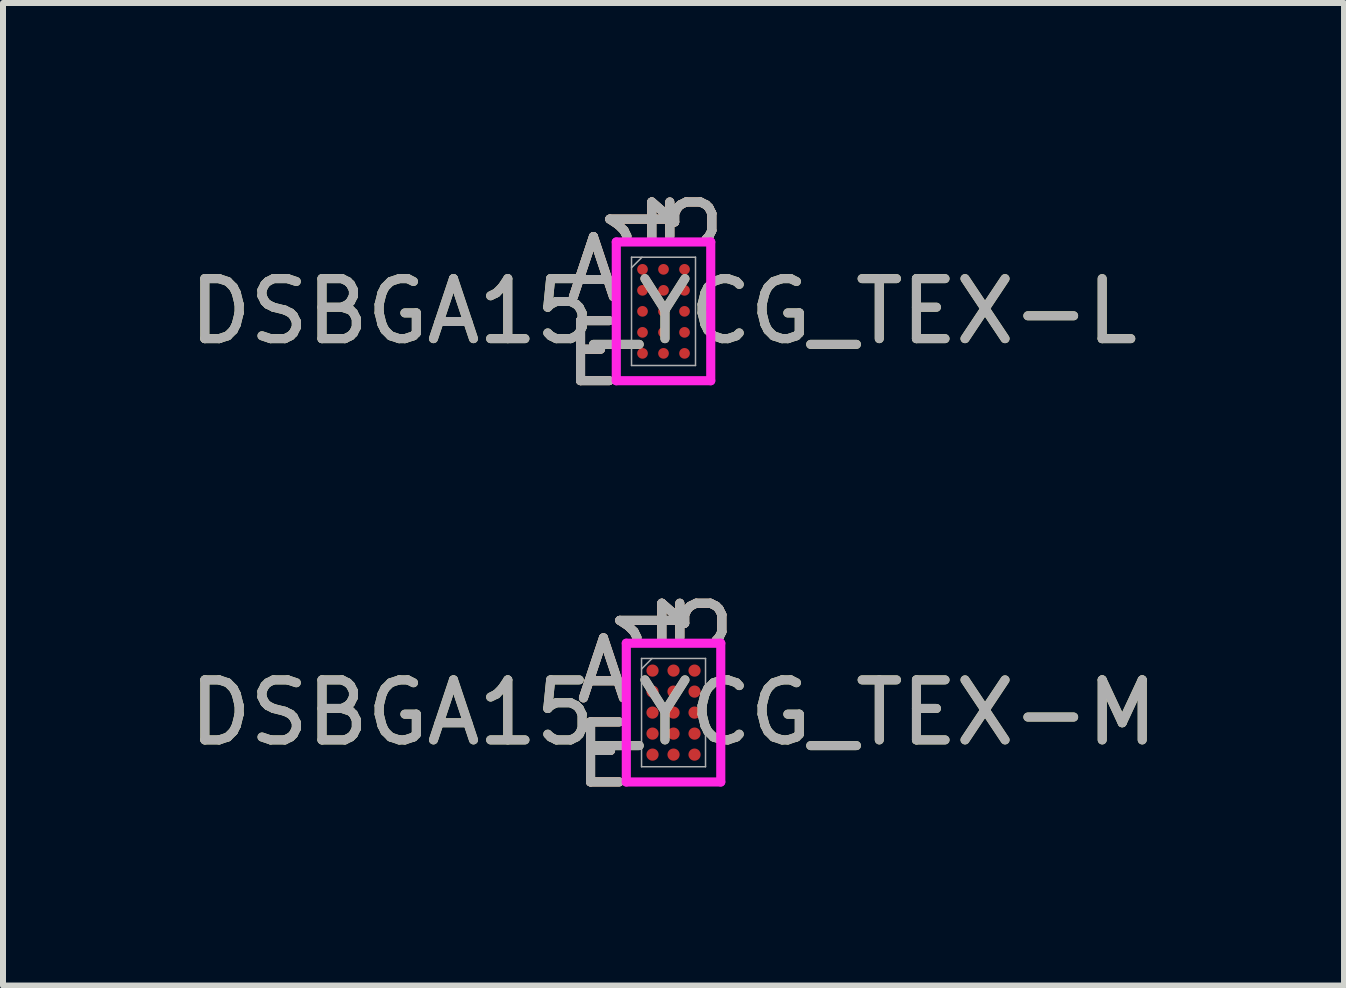
<source format=kicad_pcb>
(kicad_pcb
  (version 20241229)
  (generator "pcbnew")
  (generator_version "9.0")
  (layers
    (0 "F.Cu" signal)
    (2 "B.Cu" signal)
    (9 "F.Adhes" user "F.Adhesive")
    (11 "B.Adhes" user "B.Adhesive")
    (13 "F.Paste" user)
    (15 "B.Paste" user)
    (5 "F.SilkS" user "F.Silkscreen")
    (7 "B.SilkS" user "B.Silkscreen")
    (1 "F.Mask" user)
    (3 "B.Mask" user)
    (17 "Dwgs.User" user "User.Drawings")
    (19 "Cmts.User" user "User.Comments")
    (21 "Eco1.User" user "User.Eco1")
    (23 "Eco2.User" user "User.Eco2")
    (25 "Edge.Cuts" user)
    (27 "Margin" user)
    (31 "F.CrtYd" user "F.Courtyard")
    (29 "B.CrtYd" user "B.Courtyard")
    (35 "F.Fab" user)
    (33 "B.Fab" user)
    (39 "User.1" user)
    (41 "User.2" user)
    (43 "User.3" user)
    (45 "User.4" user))
  (footprint "DSBGA15_YCG_TEX-M"
    (layer "F.Cu")
    (at 8.173 8.824)
    (property "Reference" "DSBGA15_YCG_TEX-M" (at 0 0 0) (unlocked yes) (layer "F.SilkS") (effects (font (size 1 1) (thickness 0.15))))
    (attr smd)
    (fp_poly (pts (xy -0.97 -1.319) (xy 0.97 -1.319) (xy 0.97 1.319) (xy -0.97 1.319)) (stroke (width 0.1) (type solid)) (fill no) (layer "Eco2.User"))
    (fp_line (start -0.787 -1.156) (end 0.787 -1.156) (stroke (width 0.152) (type solid)) (layer "F.CrtYd"))
    (fp_line (start -0.787 1.156) (end -0.787 -1.156) (stroke (width 0.152) (type solid)) (layer "F.CrtYd"))
    (fp_line (start 0.787 -1.156) (end 0.787 1.156) (stroke (width 0.152) (type solid)) (layer "F.CrtYd"))
    (fp_line (start 0.787 1.156) (end -0.787 1.156) (stroke (width 0.152) (type solid)) (layer "F.CrtYd"))
    (fp_line (start -0.533 -0.902) (end -0.533 0.902) (stroke (width 0.025) (type solid)) (layer "F.Fab"))
    (fp_line (start -0.533 0.902) (end 0.533 0.902) (stroke (width 0.025) (type solid)) (layer "F.Fab"))
    (fp_line (start -0.358 -0.902) (end -0.533 -0.727) (stroke (width 0.025) (type solid)) (layer "F.Fab"))
    (fp_line (start 0.533 -0.902) (end -0.533 -0.902) (stroke (width 0.025) (type solid)) (layer "F.Fab"))
    (fp_line (start 0.533 0.902) (end 0.533 -0.902) (stroke (width 0.025) (type solid)) (layer "F.Fab"))
    (fp_text user "1" (at -0.35 -1.537 90) (unlocked yes) (layer "F.SilkS") (effects (font (size 1 1) (thickness 0.15))))
    (fp_text user "A" (at -1.168 -0.7 0) (unlocked yes) (layer "F.SilkS") (effects (font (size 1 1) (thickness 0.15))))
    (fp_text user "E" (at -1.168 0.7 0) (unlocked yes) (layer "F.SilkS") (effects (font (size 1 1) (thickness 0.15))))
    (fp_text user "3" (at 0.35 -1.537 90) (unlocked yes) (layer "F.SilkS") (effects (font (size 1 1) (thickness 0.15))))
    (fp_text user "A" (at -1.168 -0.7 0) (unlocked yes) (layer "B.SilkS") (effects (font (size 1 1) (thickness 0.15))))
    (fp_text user "E" (at -1.168 0.7 0) (unlocked yes) (layer "B.SilkS") (effects (font (size 1 1) (thickness 0.15))))
    (fp_text user "1" (at -0.35 -1.537 90) (unlocked yes) (layer "B.SilkS") (effects (font (size 1 1) (thickness 0.15))))
    (fp_text user "3" (at 0.35 -1.537 90) (unlocked yes) (layer "B.SilkS") (effects (font (size 1 1) (thickness 0.15))))
    (fp_text user "1" (at -0.35 -1.537 90) (unlocked yes) (layer "F.Fab") (effects (font (size 1 1) (thickness 0.15))))
    (fp_text user "A" (at -1.168 -0.7 0) (unlocked yes) (layer "F.Fab") (effects (font (size 1 1) (thickness 0.15))))
    (fp_text user "3" (at 0.35 -1.537 90) (unlocked yes) (layer "F.Fab") (effects (font (size 1 1) (thickness 0.15))))
    (fp_text user "E" (at -1.168 0.7 0) (unlocked yes) (layer "F.Fab") (effects (font (size 1 1) (thickness 0.15))))
    (fp_text user "${REFERENCE}" (at 0 0 0) (unlocked yes) (layer "F.Fab") (effects (font (size 1 1) (thickness 0.15))))
    (pad "A1" smd circle (at -0.35 -0.7) (size 0.203 0.203) (layers "F.Cu" "F.Mask" "F.Paste"))
    (pad "A2" smd circle (at 0 -0.7) (size 0.203 0.203) (layers "F.Cu" "F.Mask" "F.Paste"))
    (pad "A3" smd circle (at 0.35 -0.7) (size 0.203 0.203) (layers "F.Cu" "F.Mask" "F.Paste"))
    (pad "B1" smd circle (at -0.35 -0.35) (size 0.203 0.203) (layers "F.Cu" "F.Mask" "F.Paste"))
    (pad "B2" smd circle (at 0 -0.35) (size 0.203 0.203) (layers "F.Cu" "F.Mask" "F.Paste"))
    (pad "B3" smd circle (at 0.35 -0.35) (size 0.203 0.203) (layers "F.Cu" "F.Mask" "F.Paste"))
    (pad "C1" smd circle (at -0.35 0) (size 0.203 0.203) (layers "F.Cu" "F.Mask" "F.Paste"))
    (pad "C2" smd circle (at 0 0) (size 0.203 0.203) (layers "F.Cu" "F.Mask" "F.Paste"))
    (pad "C3" smd circle (at 0.35 0) (size 0.203 0.203) (layers "F.Cu" "F.Mask" "F.Paste"))
    (pad "D1" smd circle (at -0.35 0.35) (size 0.203 0.203) (layers "F.Cu" "F.Mask" "F.Paste"))
    (pad "D2" smd circle (at 0 0.35) (size 0.203 0.203) (layers "F.Cu" "F.Mask" "F.Paste"))
    (pad "D3" smd circle (at 0.35 0.35) (size 0.203 0.203) (layers "F.Cu" "F.Mask" "F.Paste"))
    (pad "E1" smd circle (at -0.35 0.7) (size 0.203 0.203) (layers "F.Cu" "F.Mask" "F.Paste"))
    (pad "E2" smd circle (at 0 0.7) (size 0.203 0.203) (layers "F.Cu" "F.Mask" "F.Paste"))
    (pad "E3" smd circle (at 0.35 0.7) (size 0.203 0.203) (layers "F.Cu" "F.Mask" "F.Paste")))
  (footprint "DSBGA15_YCG_TEX-L"
    (layer "F.Cu")
    (at 8.006 2.138)
    (property "Reference" "DSBGA15_YCG_TEX-L" (at 0 0 0) (unlocked yes) (layer "F.SilkS") (effects (font (size 1 1) (thickness 0.15))))
    (attr smd)
    (fp_poly (pts (xy -0.97 -1.319) (xy 0.97 -1.319) (xy 0.97 1.319) (xy -0.97 1.319)) (stroke (width 0.1) (type solid)) (fill no) (layer "Eco2.User"))
    (fp_line (start -0.787 -1.156) (end 0.787 -1.156) (stroke (width 0.152) (type solid)) (layer "F.CrtYd"))
    (fp_line (start -0.787 1.156) (end -0.787 -1.156) (stroke (width 0.152) (type solid)) (layer "F.CrtYd"))
    (fp_line (start 0.787 -1.156) (end 0.787 1.156) (stroke (width 0.152) (type solid)) (layer "F.CrtYd"))
    (fp_line (start 0.787 1.156) (end -0.787 1.156) (stroke (width 0.152) (type solid)) (layer "F.CrtYd"))
    (fp_line (start -0.533 -0.902) (end -0.533 0.902) (stroke (width 0.025) (type solid)) (layer "F.Fab"))
    (fp_line (start -0.533 0.902) (end 0.533 0.902) (stroke (width 0.025) (type solid)) (layer "F.Fab"))
    (fp_line (start -0.358 -0.902) (end -0.533 -0.727) (stroke (width 0.025) (type solid)) (layer "F.Fab"))
    (fp_line (start 0.533 -0.902) (end -0.533 -0.902) (stroke (width 0.025) (type solid)) (layer "F.Fab"))
    (fp_line (start 0.533 0.902) (end 0.533 -0.902) (stroke (width 0.025) (type solid)) (layer "F.Fab"))
    (fp_text user "A" (at -1.168 -0.7 0) (unlocked yes) (layer "F.SilkS") (effects (font (size 1 1) (thickness 0.15))))
    (fp_text user "1" (at -0.35 -1.537 90) (unlocked yes) (layer "F.SilkS") (effects (font (size 1 1) (thickness 0.15))))
    (fp_text user "3" (at 0.35 -1.537 90) (unlocked yes) (layer "F.SilkS") (effects (font (size 1 1) (thickness 0.15))))
    (fp_text user "E" (at -1.168 0.7 0) (unlocked yes) (layer "F.SilkS") (effects (font (size 1 1) (thickness 0.15))))
    (fp_text user "A" (at -1.168 -0.7 0) (unlocked yes) (layer "B.SilkS") (effects (font (size 1 1) (thickness 0.15))))
    (fp_text user "1" (at -0.35 -1.537 90) (unlocked yes) (layer "B.SilkS") (effects (font (size 1 1) (thickness 0.15))))
    (fp_text user "E" (at -1.168 0.7 0) (unlocked yes) (layer "B.SilkS") (effects (font (size 1 1) (thickness 0.15))))
    (fp_text user "3" (at 0.35 -1.537 90) (unlocked yes) (layer "B.SilkS") (effects (font (size 1 1) (thickness 0.15))))
    (fp_text user "1" (at -0.35 -1.537 90) (unlocked yes) (layer "F.Fab") (effects (font (size 1 1) (thickness 0.15))))
    (fp_text user "E" (at -1.168 0.7 0) (unlocked yes) (layer "F.Fab") (effects (font (size 1 1) (thickness 0.15))))
    (fp_text user "${REFERENCE}" (at 0 0 0) (unlocked yes) (layer "F.Fab") (effects (font (size 1 1) (thickness 0.15))))
    (fp_text user "3" (at 0.35 -1.537 90) (unlocked yes) (layer "F.Fab") (effects (font (size 1 1) (thickness 0.15))))
    (fp_text user "A" (at -1.168 -0.7 0) (unlocked yes) (layer "F.Fab") (effects (font (size 1 1) (thickness 0.15))))
    (pad "A1" smd circle (at -0.35 -0.7) (size 0.178 0.178) (layers "F.Cu" "F.Mask" "F.Paste"))
    (pad "A2" smd circle (at 0 -0.7) (size 0.178 0.178) (layers "F.Cu" "F.Mask" "F.Paste"))
    (pad "A3" smd circle (at 0.35 -0.7) (size 0.178 0.178) (layers "F.Cu" "F.Mask" "F.Paste"))
    (pad "B1" smd circle (at -0.35 -0.35) (size 0.178 0.178) (layers "F.Cu" "F.Mask" "F.Paste"))
    (pad "B2" smd circle (at 0 -0.35) (size 0.178 0.178) (layers "F.Cu" "F.Mask" "F.Paste"))
    (pad "B3" smd circle (at 0.35 -0.35) (size 0.178 0.178) (layers "F.Cu" "F.Mask" "F.Paste"))
    (pad "C1" smd circle (at -0.35 0) (size 0.178 0.178) (layers "F.Cu" "F.Mask" "F.Paste"))
    (pad "C2" smd circle (at 0 0) (size 0.178 0.178) (layers "F.Cu" "F.Mask" "F.Paste"))
    (pad "C3" smd circle (at 0.35 0) (size 0.178 0.178) (layers "F.Cu" "F.Mask" "F.Paste"))
    (pad "D1" smd circle (at -0.35 0.35) (size 0.178 0.178) (layers "F.Cu" "F.Mask" "F.Paste"))
    (pad "D2" smd circle (at 0 0.35) (size 0.178 0.178) (layers "F.Cu" "F.Mask" "F.Paste"))
    (pad "D3" smd circle (at 0.35 0.35) (size 0.178 0.178) (layers "F.Cu" "F.Mask" "F.Paste"))
    (pad "E1" smd circle (at -0.35 0.7) (size 0.178 0.178) (layers "F.Cu" "F.Mask" "F.Paste"))
    (pad "E2" smd circle (at 0 0.7) (size 0.178 0.178) (layers "F.Cu" "F.Mask" "F.Paste"))
    (pad "E3" smd circle (at 0.35 0.7) (size 0.178 0.178) (layers "F.Cu" "F.Mask" "F.Paste")))
  (gr_rect
    (start -3 -3)
    (end 19.345 13.372)
    (stroke (width 0.1) (type default))
    (fill no)
    (layer "Edge.Cuts")))
</source>
